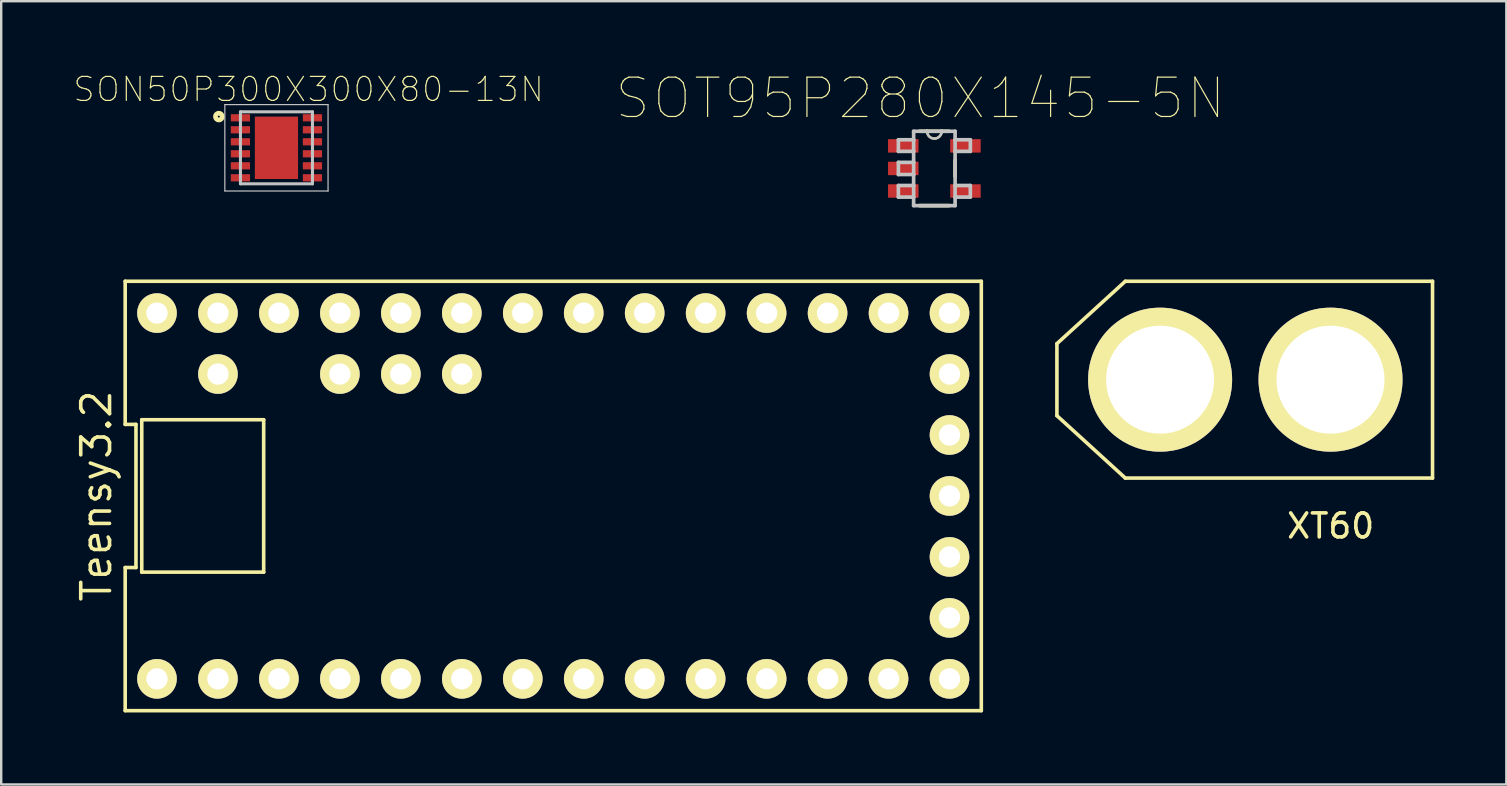
<source format=kicad_pcb>
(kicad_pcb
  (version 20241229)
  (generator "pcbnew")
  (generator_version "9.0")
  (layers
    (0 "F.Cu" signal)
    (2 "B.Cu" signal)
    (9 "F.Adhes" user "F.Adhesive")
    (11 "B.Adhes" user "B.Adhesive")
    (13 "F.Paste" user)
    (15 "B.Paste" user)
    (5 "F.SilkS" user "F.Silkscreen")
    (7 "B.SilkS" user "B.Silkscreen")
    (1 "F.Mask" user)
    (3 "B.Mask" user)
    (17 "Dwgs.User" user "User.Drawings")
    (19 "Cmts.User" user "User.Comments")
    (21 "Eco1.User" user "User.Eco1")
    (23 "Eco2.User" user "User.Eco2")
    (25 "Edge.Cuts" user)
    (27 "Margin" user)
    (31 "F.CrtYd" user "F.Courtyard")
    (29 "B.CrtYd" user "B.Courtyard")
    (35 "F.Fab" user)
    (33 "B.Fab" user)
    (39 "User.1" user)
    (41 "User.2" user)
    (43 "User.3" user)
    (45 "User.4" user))
  (footprint "SOT95P280X145-5N"
    (layer "F.Cu")
    (at 35.88 3.968)
    (property "Reference" "SOT95P280X145-5N" (at -0.584 -2.921 0) (layer "F.SilkS") (effects (font (size 1.64 1.64) (thickness 0.05))))
    (attr smd)
    (fp_line (start -0.61 1.549) (end 0.61 1.549) (stroke (width 0.152) (type solid)) (layer "F.SilkS"))
    (fp_line (start -0.305 -1.549) (end -0.61 -1.549) (stroke (width 0.152) (type solid)) (layer "F.SilkS"))
    (fp_line (start 0.305 -1.549) (end -0.305 -1.549) (stroke (width 0.152) (type solid)) (layer "F.SilkS"))
    (fp_line (start 0.61 -1.549) (end 0.305 -1.549) (stroke (width 0.152) (type solid)) (layer "F.SilkS"))
    (fp_line (start 0.864 0.33) (end 0.864 -0.33) (stroke (width 0.152) (type solid)) (layer "F.SilkS"))
    (fp_arc (start 0.3048 -1.5494) (mid 0 -1.2446) (end -0.3048 -1.5494) (stroke (width 0.1) (type solid)) (layer "F.SilkS"))
    (fp_line (start -1.499 -1.194) (end -1.499 -0.711) (stroke (width 0.152) (type solid)) (layer "Dwgs.User"))
    (fp_line (start -1.499 -0.711) (end -0.864 -0.711) (stroke (width 0.152) (type solid)) (layer "Dwgs.User"))
    (fp_line (start -1.499 -0.254) (end -1.499 0.254) (stroke (width 0.152) (type solid)) (layer "Dwgs.User"))
    (fp_line (start -1.499 0.254) (end -0.864 0.254) (stroke (width 0.152) (type solid)) (layer "Dwgs.User"))
    (fp_line (start -1.499 0.711) (end -1.499 1.194) (stroke (width 0.152) (type solid)) (layer "Dwgs.User"))
    (fp_line (start -1.499 1.194) (end -0.864 1.194) (stroke (width 0.152) (type solid)) (layer "Dwgs.User"))
    (fp_line (start -0.864 -1.549) (end -0.864 -1.194) (stroke (width 0.152) (type solid)) (layer "Dwgs.User"))
    (fp_line (start -0.864 -1.194) (end -1.499 -1.194) (stroke (width 0.152) (type solid)) (layer "Dwgs.User"))
    (fp_line (start -0.864 -1.194) (end -0.864 -0.711) (stroke (width 0.152) (type solid)) (layer "Dwgs.User"))
    (fp_line (start -0.864 -0.711) (end -0.864 -0.254) (stroke (width 0.152) (type solid)) (layer "Dwgs.User"))
    (fp_line (start -0.864 -0.254) (end -1.499 -0.254) (stroke (width 0.152) (type solid)) (layer "Dwgs.User"))
    (fp_line (start -0.864 -0.254) (end -0.864 0.254) (stroke (width 0.152) (type solid)) (layer "Dwgs.User"))
    (fp_line (start -0.864 0.254) (end -0.864 0.711) (stroke (width 0.152) (type solid)) (layer "Dwgs.User"))
    (fp_line (start -0.864 0.711) (end -1.499 0.711) (stroke (width 0.152) (type solid)) (layer "Dwgs.User"))
    (fp_line (start -0.864 1.194) (end -0.864 0.711) (stroke (width 0.152) (type solid)) (layer "Dwgs.User"))
    (fp_line (start -0.864 1.549) (end -0.864 1.194) (stroke (width 0.152) (type solid)) (layer "Dwgs.User"))
    (fp_line (start -0.864 1.549) (end 0.864 1.549) (stroke (width 0.152) (type solid)) (layer "Dwgs.User"))
    (fp_line (start -0.305 -1.549) (end -0.864 -1.549) (stroke (width 0.152) (type solid)) (layer "Dwgs.User"))
    (fp_line (start 0.305 -1.549) (end -0.305 -1.549) (stroke (width 0.152) (type solid)) (layer "Dwgs.User"))
    (fp_line (start 0.864 -1.549) (end 0.305 -1.549) (stroke (width 0.152) (type solid)) (layer "Dwgs.User"))
    (fp_line (start 0.864 -1.549) (end 0.864 -1.194) (stroke (width 0.152) (type solid)) (layer "Dwgs.User"))
    (fp_line (start 0.864 -1.194) (end 0.864 -0.711) (stroke (width 0.152) (type solid)) (layer "Dwgs.User"))
    (fp_line (start 0.864 -0.711) (end 1.499 -0.711) (stroke (width 0.152) (type solid)) (layer "Dwgs.User"))
    (fp_line (start 0.864 0.711) (end 0.864 -0.711) (stroke (width 0.152) (type solid)) (layer "Dwgs.User"))
    (fp_line (start 0.864 1.194) (end 0.864 0.711) (stroke (width 0.152) (type solid)) (layer "Dwgs.User"))
    (fp_line (start 0.864 1.194) (end 1.499 1.194) (stroke (width 0.152) (type solid)) (layer "Dwgs.User"))
    (fp_line (start 0.864 1.549) (end 0.864 1.194) (stroke (width 0.152) (type solid)) (layer "Dwgs.User"))
    (fp_line (start 1.499 -1.194) (end 0.864 -1.194) (stroke (width 0.152) (type solid)) (layer "Dwgs.User"))
    (fp_line (start 1.499 -0.711) (end 1.499 -1.194) (stroke (width 0.152) (type solid)) (layer "Dwgs.User"))
    (fp_line (start 1.499 0.711) (end 0.864 0.711) (stroke (width 0.152) (type solid)) (layer "Dwgs.User"))
    (fp_line (start 1.499 1.194) (end 1.499 0.711) (stroke (width 0.152) (type solid)) (layer "Dwgs.User"))
    (fp_arc (start 0.3048 -1.5494) (mid 0 -1.2446) (end -0.3048 -1.5494) (stroke (width 0.1) (type solid)) (layer "Dwgs.User"))
    (pad "1" smd rect (at -1.295 -0.94) (size 1.27 0.559) (layers "F.Cu" "F.Mask" "F.Paste"))
    (pad "2" smd rect (at -1.295 0) (size 1.27 0.559) (layers "F.Cu" "F.Mask" "F.Paste"))
    (pad "3" smd rect (at -1.295 0.94) (size 1.27 0.559) (layers "F.Cu" "F.Mask" "F.Paste"))
    (pad "4" smd rect (at 1.295 0.94) (size 1.27 0.559) (layers "F.Cu" "F.Mask" "F.Paste"))
    (pad "5" smd rect (at 1.295 -0.94) (size 1.27 0.559) (layers "F.Cu" "F.Mask" "F.Paste")))
  (footprint "XT60"
    (layer "F.Cu")
    (at 48.836 12.769)
    (property "Reference" "XT60" (at 3.556 6.096 0) (layer "F.SilkS") (effects (font (size 1 1) (thickness 0.15))))
    (attr through_hole)
    (fp_line (start -7.85 -1.5) (end -7.85 1.5) (stroke (width 0.15) (type solid)) (layer "F.SilkS"))
    (fp_line (start -5 -4.1) (end -7.85 -1.5) (stroke (width 0.15) (type solid)) (layer "F.SilkS"))
    (fp_line (start -5 -4.1) (end 7.8 -4.1) (stroke (width 0.15) (type solid)) (layer "F.SilkS"))
    (fp_line (start -5 4.1) (end -7.85 1.5) (stroke (width 0.15) (type solid)) (layer "F.SilkS"))
    (fp_line (start 7.8 -4.1) (end 7.8 4.1) (stroke (width 0.15) (type solid)) (layer "F.SilkS"))
    (fp_line (start 7.8 4.1) (end -5 4.1) (stroke (width 0.15) (type solid)) (layer "F.SilkS"))
    (pad "1" thru_hole circle (at -3.55 0) (size 6 6) (drill 4.5) (layers "*.Cu" "*.Mask" "F.SilkS"))
    (pad "2" thru_hole circle (at 3.55 0) (size 6 6) (drill 4.5) (layers "*.Cu" "*.Mask" "F.SilkS")))
  (footprint "SON50P300X300X80-13N"
    (layer "F.Cu")
    (at 8.468 3.108)
    (property "Reference" "SON50P300X300X80-13N" (at 1.34 -2.435 0) (layer "F.SilkS") (effects (font (size 1 1) (thickness 0.05))))
    (attr smd)
    (fp_poly (pts (xy -1.95 -1.45) (xy -1.05 -1.45) (xy -1.05 -1.05) (xy -1.95 -1.05)) (stroke (width 0.381) (type solid)) (fill yes) (layer "F.Mask"))
    (fp_poly (pts (xy -1.95 -0.95) (xy -1.05 -0.95) (xy -1.05 -0.55) (xy -1.95 -0.55)) (stroke (width 0.381) (type solid)) (fill yes) (layer "F.Mask"))
    (fp_poly (pts (xy -1.95 -0.45) (xy -1.05 -0.45) (xy -1.05 -0.05) (xy -1.95 -0.05)) (stroke (width 0.381) (type solid)) (fill yes) (layer "F.Mask"))
    (fp_poly (pts (xy -1.95 0.05) (xy -1.05 0.05) (xy -1.05 0.45) (xy -1.95 0.45)) (stroke (width 0.381) (type solid)) (fill yes) (layer "F.Mask"))
    (fp_poly (pts (xy -1.95 0.55) (xy -1.05 0.55) (xy -1.05 0.95) (xy -1.95 0.95)) (stroke (width 0.381) (type solid)) (fill yes) (layer "F.Mask"))
    (fp_poly (pts (xy -1.95 1.05) (xy -1.05 1.05) (xy -1.05 1.45) (xy -1.95 1.45)) (stroke (width 0.381) (type solid)) (fill yes) (layer "F.Mask"))
    (fp_poly (pts (xy -0.95 -1.35) (xy 0.95 -1.35) (xy 0.95 1.35) (xy -0.95 1.35)) (stroke (width 0.381) (type solid)) (fill yes) (layer "F.Mask"))
    (fp_poly (pts (xy 1.05 -1.45) (xy 1.95 -1.45) (xy 1.95 -1.05) (xy 1.05 -1.05)) (stroke (width 0.381) (type solid)) (fill yes) (layer "F.Mask"))
    (fp_poly (pts (xy 1.05 -0.95) (xy 1.95 -0.95) (xy 1.95 -0.55) (xy 1.05 -0.55)) (stroke (width 0.381) (type solid)) (fill yes) (layer "F.Mask"))
    (fp_poly (pts (xy 1.05 -0.45) (xy 1.95 -0.45) (xy 1.95 -0.05) (xy 1.05 -0.05)) (stroke (width 0.381) (type solid)) (fill yes) (layer "F.Mask"))
    (fp_poly (pts (xy 1.05 0.05) (xy 1.95 0.05) (xy 1.95 0.45) (xy 1.05 0.45)) (stroke (width 0.381) (type solid)) (fill yes) (layer "F.Mask"))
    (fp_poly (pts (xy 1.05 0.55) (xy 1.95 0.55) (xy 1.95 0.95) (xy 1.05 0.95)) (stroke (width 0.381) (type solid)) (fill yes) (layer "F.Mask"))
    (fp_poly (pts (xy 1.05 1.05) (xy 1.95 1.05) (xy 1.95 1.45) (xy 1.05 1.45)) (stroke (width 0.381) (type solid)) (fill yes) (layer "F.Mask"))
    (fp_circle (center -2.4 -1.3) (end -2.259 -1.3) (stroke (width 0.2) (type solid)) (fill no) (layer "F.SilkS"))
    (fp_poly (pts (xy -0.52 -0.92) (xy 0.52 -0.92) (xy 0.52 0.92) (xy -0.52 0.92)) (stroke (width 0.381) (type solid)) (fill yes) (layer "F.Paste"))
    (fp_line (start -2.15 -1.8) (end 2.15 -1.8) (stroke (width 0.05) (type solid)) (layer "Dwgs.User"))
    (fp_line (start -2.15 1.8) (end -2.15 -1.8) (stroke (width 0.05) (type solid)) (layer "Dwgs.User"))
    (fp_line (start -1.5 -1.5) (end 1.5 -1.5) (stroke (width 0.127) (type solid)) (layer "Dwgs.User"))
    (fp_line (start -1.5 1.5) (end -1.5 -1.5) (stroke (width 0.127) (type solid)) (layer "Dwgs.User"))
    (fp_line (start 1.5 -1.5) (end 1.5 1.5) (stroke (width 0.127) (type solid)) (layer "Dwgs.User"))
    (fp_line (start 1.5 1.5) (end -1.5 1.5) (stroke (width 0.127) (type solid)) (layer "Dwgs.User"))
    (fp_line (start 2.15 -1.8) (end 2.15 1.8) (stroke (width 0.05) (type solid)) (layer "Dwgs.User"))
    (fp_line (start 2.15 1.8) (end -2.15 1.8) (stroke (width 0.05) (type solid)) (layer "Dwgs.User"))
    (pad "1" smd rect (at -1.5 -1.25) (size 0.8 0.3) (layers "F.Cu" "F.Mask" "F.Paste"))
    (pad "2" smd rect (at -1.5 -0.75) (size 0.8 0.3) (layers "F.Cu" "F.Mask" "F.Paste"))
    (pad "3" smd rect (at -1.5 -0.25) (size 0.8 0.3) (layers "F.Cu" "F.Mask" "F.Paste"))
    (pad "4" smd rect (at -1.5 0.25) (size 0.8 0.3) (layers "F.Cu" "F.Mask" "F.Paste"))
    (pad "5" smd rect (at -1.5 0.75) (size 0.8 0.3) (layers "F.Cu" "F.Mask" "F.Paste"))
    (pad "6" smd rect (at -1.5 1.25) (size 0.8 0.3) (layers "F.Cu" "F.Mask" "F.Paste"))
    (pad "7" smd rect (at 1.5 1.25 180) (size 0.8 0.3) (layers "F.Cu" "F.Mask" "F.Paste"))
    (pad "8" smd rect (at 1.5 0.75 180) (size 0.8 0.3) (layers "F.Cu" "F.Mask" "F.Paste"))
    (pad "9" smd rect (at 1.5 0.25 180) (size 0.8 0.3) (layers "F.Cu" "F.Mask" "F.Paste"))
    (pad "10" smd rect (at 1.5 -0.25 180) (size 0.8 0.3) (layers "F.Cu" "F.Mask" "F.Paste"))
    (pad "11" smd rect (at 1.5 -0.75 180) (size 0.8 0.3) (layers "F.Cu" "F.Mask" "F.Paste"))
    (pad "12" smd rect (at 1.5 -1.25 180) (size 0.8 0.3) (layers "F.Cu" "F.Mask" "F.Paste"))
    (pad "13" smd rect (at 0 0) (size 1.8 2.6) (layers "F.Cu" "F.Mask" "F.Paste")))
  (footprint "Teensy3.2"
    (layer "F.Cu")
    (at 20.001 17.614)
    (property "Reference" "Teensy3.2" (at -19.035 0 90) (layer "F.SilkS") (effects (font (size 1.2 1.2) (thickness 0.15))))
    (attr through_hole)
    (fp_line (start -17.835 -8.945) (end -17.835 -2.982) (stroke (width 0.15) (type solid)) (layer "F.SilkS"))
    (fp_line (start -17.835 -2.982) (end -17.386 -2.982) (stroke (width 0.15) (type solid)) (layer "F.SilkS"))
    (fp_line (start -17.835 2.982) (end -17.835 8.945) (stroke (width 0.15) (type solid)) (layer "F.SilkS"))
    (fp_line (start -17.835 8.945) (end 17.835 8.945) (stroke (width 0.15) (type solid)) (layer "F.SilkS"))
    (fp_line (start -17.386 -2.982) (end -17.386 2.982) (stroke (width 0.15) (type solid)) (layer "F.SilkS"))
    (fp_line (start -17.386 2.982) (end -17.835 2.982) (stroke (width 0.15) (type solid)) (layer "F.SilkS"))
    (fp_line (start -17.145 -3.175) (end -17.145 3.175) (stroke (width 0.15) (type solid)) (layer "F.SilkS"))
    (fp_line (start -17.145 3.175) (end -12.065 3.175) (stroke (width 0.15) (type solid)) (layer "F.SilkS"))
    (fp_line (start -12.065 -3.175) (end -17.145 -3.175) (stroke (width 0.15) (type solid)) (layer "F.SilkS"))
    (fp_line (start -12.065 3.175) (end -12.065 -3.175) (stroke (width 0.15) (type solid)) (layer "F.SilkS"))
    (fp_line (start 17.835 -8.945) (end -17.835 -8.945) (stroke (width 0.15) (type solid)) (layer "F.SilkS"))
    (fp_line (start 17.835 8.945) (end 17.835 -8.945) (stroke (width 0.15) (type solid)) (layer "F.SilkS"))
    (pad "0" thru_hole circle (at -13.97 7.62) (size 1.651 1.651) (drill 0.889) (layers "*.Cu" "*.Mask" "F.SilkS"))
    (pad "1" thru_hole circle (at -11.43 7.62) (size 1.651 1.651) (drill 0.889) (layers "*.Cu" "*.Mask" "F.SilkS"))
    (pad "2" thru_hole circle (at -8.89 7.62) (size 1.651 1.651) (drill 0.889) (layers "*.Cu" "*.Mask" "F.SilkS"))
    (pad "3" thru_hole circle (at -6.35 7.62) (size 1.651 1.651) (drill 0.889) (layers "*.Cu" "*.Mask" "F.SilkS"))
    (pad "3.3" thru_hole circle (at -11.43 -7.62) (size 1.651 1.651) (drill 0.889) (layers "*.Cu" "*.Mask" "F.SilkS"))
    (pad "4" thru_hole circle (at -3.81 7.62) (size 1.651 1.651) (drill 0.889) (layers "*.Cu" "*.Mask" "F.SilkS"))
    (pad "5" thru_hole circle (at -1.27 7.62) (size 1.651 1.651) (drill 0.889) (layers "*.Cu" "*.Mask" "F.SilkS"))
    (pad "6" thru_hole circle (at 1.27 7.62) (size 1.651 1.651) (drill 0.889) (layers "*.Cu" "*.Mask" "F.SilkS"))
    (pad "7" thru_hole circle (at 3.81 7.62) (size 1.651 1.651) (drill 0.889) (layers "*.Cu" "*.Mask" "F.SilkS"))
    (pad "8" thru_hole circle (at 6.35 7.62) (size 1.651 1.651) (drill 0.889) (layers "*.Cu" "*.Mask" "F.SilkS"))
    (pad "9" thru_hole circle (at 8.89 7.62) (size 1.651 1.651) (drill 0.889) (layers "*.Cu" "*.Mask" "F.SilkS"))
    (pad "10" thru_hole circle (at 11.43 7.62) (size 1.651 1.651) (drill 0.889) (layers "*.Cu" "*.Mask" "F.SilkS"))
    (pad "11" thru_hole circle (at 13.97 7.62) (size 1.651 1.651) (drill 0.889) (layers "*.Cu" "*.Mask" "F.SilkS"))
    (pad "12" thru_hole circle (at 16.51 7.62) (size 1.651 1.651) (drill 0.889) (layers "*.Cu" "*.Mask" "F.SilkS"))
    (pad "13" thru_hole circle (at 16.51 -7.62) (size 1.651 1.651) (drill 0.889) (layers "*.Cu" "*.Mask" "F.SilkS"))
    (pad "14" thru_hole circle (at 13.97 -7.62) (size 1.651 1.651) (drill 0.889) (layers "*.Cu" "*.Mask" "F.SilkS"))
    (pad "15" thru_hole circle (at 11.43 -7.62) (size 1.651 1.651) (drill 0.889) (layers "*.Cu" "*.Mask" "F.SilkS"))
    (pad "16" thru_hole circle (at 8.89 -7.62) (size 1.651 1.651) (drill 0.889) (layers "*.Cu" "*.Mask" "F.SilkS"))
    (pad "17" thru_hole circle (at 6.35 -7.62) (size 1.651 1.651) (drill 0.889) (layers "*.Cu" "*.Mask" "F.SilkS"))
    (pad "18" thru_hole circle (at 3.81 -7.62) (size 1.651 1.651) (drill 0.889) (layers "*.Cu" "*.Mask" "F.SilkS"))
    (pad "19" thru_hole circle (at 1.27 -7.62) (size 1.651 1.651) (drill 0.889) (layers "*.Cu" "*.Mask" "F.SilkS"))
    (pad "20" thru_hole circle (at -1.27 -7.62) (size 1.651 1.651) (drill 0.889) (layers "*.Cu" "*.Mask" "F.SilkS"))
    (pad "21" thru_hole circle (at -3.81 -7.62) (size 1.651 1.651) (drill 0.889) (layers "*.Cu" "*.Mask" "F.SilkS"))
    (pad "22" thru_hole circle (at -6.35 -7.62) (size 1.651 1.651) (drill 0.889) (layers "*.Cu" "*.Mask" "F.SilkS"))
    (pad "23" thru_hole circle (at -8.89 -7.62) (size 1.651 1.651) (drill 0.889) (layers "*.Cu" "*.Mask" "F.SilkS"))
    (pad "33" thru_hole circle (at 16.51 2.54) (size 1.651 1.651) (drill 0.889) (layers "*.Cu" "*.Mask" "F.SilkS"))
    (pad "A10" thru_hole circle (at -6.35 -5.08 90) (size 1.651 1.651) (drill 0.889) (layers "*.Cu" "*.Mask" "F.SilkS"))
    (pad "A11" thru_hole circle (at -3.81 -5.08) (size 1.651 1.651) (drill 0.889) (layers "*.Cu" "*.Mask" "F.SilkS"))
    (pad "A14" thru_hole circle (at 16.51 -5.08) (size 1.651 1.651) (drill 0.889) (layers "*.Cu" "*.Mask" "F.SilkS"))
    (pad "AGND" thru_hole circle (at -13.97 -7.62) (size 1.651 1.651) (drill 0.889) (layers "*.Cu" "*.Mask" "F.SilkS"))
    (pad "AREF" thru_hole circle (at -8.89 -5.08 90) (size 1.651 1.651) (drill 0.889) (layers "*.Cu" "*.Mask" "F.SilkS"))
    (pad "GND" thru_hole circle (at -16.51 7.62) (size 1.651 1.651) (drill 0.889) (layers "*.Cu" "*.Mask" "F.SilkS"))
    (pad "GND" thru_hole circle (at 16.51 0) (size 1.651 1.651) (drill 0.889) (layers "*.Cu" "*.Mask" "F.SilkS"))
    (pad "Prog" thru_hole circle (at 16.51 -2.54) (size 1.651 1.651) (drill 0.889) (layers "*.Cu" "*.Mask" "F.SilkS"))
    (pad "Vbat" thru_hole circle (at 16.51 5.08) (size 1.651 1.651) (drill 0.889) (layers "*.Cu" "*.Mask" "F.SilkS"))
    (pad "Vin" thru_hole circle (at -16.51 -7.62) (size 1.651 1.651) (drill 0.889) (layers "*.Cu" "*.Mask" "F.SilkS"))
    (pad "Vusb" thru_hole circle (at -13.97 -5.08) (size 1.651 1.651) (drill 0.889) (layers "*.Cu" "*.Mask" "F.SilkS")))
  (gr_rect
    (start -3 -3)
    (end 59.711 29.635)
    (stroke (width 0.1) (type default))
    (fill no)
    (layer "Edge.Cuts")))
</source>
